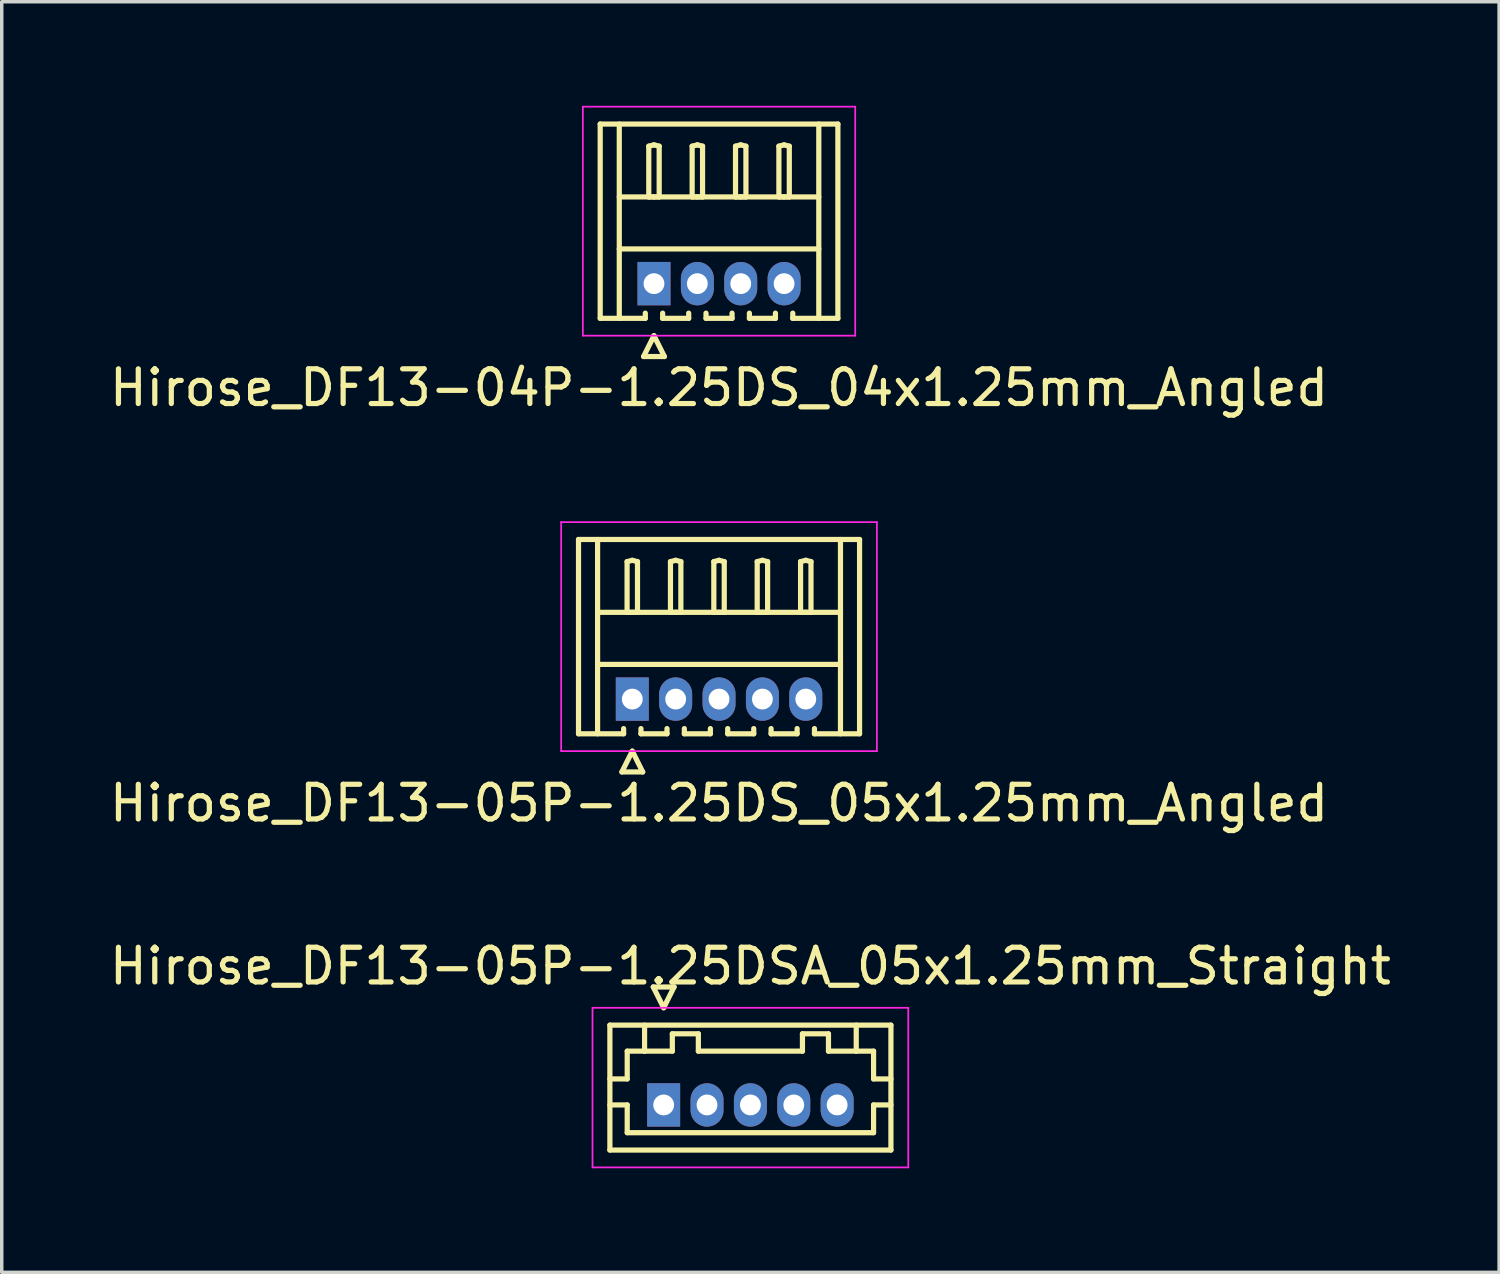
<source format=kicad_pcb>
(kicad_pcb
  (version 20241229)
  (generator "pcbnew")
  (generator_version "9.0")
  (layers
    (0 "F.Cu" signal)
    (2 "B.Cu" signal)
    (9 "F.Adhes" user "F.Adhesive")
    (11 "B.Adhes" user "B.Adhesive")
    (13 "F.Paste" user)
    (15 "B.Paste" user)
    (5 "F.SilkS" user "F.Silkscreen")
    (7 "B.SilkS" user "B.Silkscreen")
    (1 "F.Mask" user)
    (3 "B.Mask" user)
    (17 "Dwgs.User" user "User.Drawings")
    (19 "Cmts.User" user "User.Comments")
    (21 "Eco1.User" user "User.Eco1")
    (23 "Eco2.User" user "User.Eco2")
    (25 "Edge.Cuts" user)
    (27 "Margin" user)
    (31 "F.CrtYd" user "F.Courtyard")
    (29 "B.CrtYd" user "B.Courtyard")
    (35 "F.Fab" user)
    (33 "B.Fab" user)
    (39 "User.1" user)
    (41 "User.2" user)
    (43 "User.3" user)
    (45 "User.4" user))
  (footprint "Hirose_DF13-05P-1.25DSA_05x1.25mm_Straight"
    (layer "F.Cu")
    (at 16.077 28.795)
    (property "Reference" "Hirose_DF13-05P-1.25DSA_05x1.25mm_Straight" (at 2.5 -4 0) (layer "F.SilkS") (effects (font (size 1 1) (thickness 0.15))))
    (attr through_hole)
    (fp_line (start -1.55 -2.3) (end -1.55 1.3) (stroke (width 0.15) (type solid)) (layer "F.SilkS"))
    (fp_line (start -1.55 -0.75) (end -1.05 -0.75) (stroke (width 0.15) (type solid)) (layer "F.SilkS"))
    (fp_line (start -1.55 0) (end -1.05 0) (stroke (width 0.15) (type solid)) (layer "F.SilkS"))
    (fp_line (start -1.55 1.3) (end 6.55 1.3) (stroke (width 0.15) (type solid)) (layer "F.SilkS"))
    (fp_line (start -1.05 -1.55) (end -0.55 -1.55) (stroke (width 0.15) (type solid)) (layer "F.SilkS"))
    (fp_line (start -1.05 -0.75) (end -1.05 -1.55) (stroke (width 0.15) (type solid)) (layer "F.SilkS"))
    (fp_line (start -1.05 0) (end -1.05 0.8) (stroke (width 0.15) (type solid)) (layer "F.SilkS"))
    (fp_line (start -1.05 0.8) (end 6.05 0.8) (stroke (width 0.15) (type solid)) (layer "F.SilkS"))
    (fp_line (start -0.55 -1.55) (end -0.55 -2.3) (stroke (width 0.15) (type solid)) (layer "F.SilkS"))
    (fp_line (start -0.55 -1.55) (end 0.25 -1.55) (stroke (width 0.15) (type solid)) (layer "F.SilkS"))
    (fp_line (start -0.3 -3.4) (end 0.3 -3.4) (stroke (width 0.15) (type solid)) (layer "F.SilkS"))
    (fp_line (start 0 -2.8) (end -0.3 -3.4) (stroke (width 0.15) (type solid)) (layer "F.SilkS"))
    (fp_line (start 0.25 -2.05) (end 1 -2.05) (stroke (width 0.15) (type solid)) (layer "F.SilkS"))
    (fp_line (start 0.25 -1.55) (end 0.25 -2.05) (stroke (width 0.15) (type solid)) (layer "F.SilkS"))
    (fp_line (start 0.3 -3.4) (end 0 -2.8) (stroke (width 0.15) (type solid)) (layer "F.SilkS"))
    (fp_line (start 1 -2.05) (end 1 -1.55) (stroke (width 0.15) (type solid)) (layer "F.SilkS"))
    (fp_line (start 1 -1.55) (end 4 -1.55) (stroke (width 0.15) (type solid)) (layer "F.SilkS"))
    (fp_line (start 4 -2.05) (end 4.75 -2.05) (stroke (width 0.15) (type solid)) (layer "F.SilkS"))
    (fp_line (start 4 -1.55) (end 4 -2.05) (stroke (width 0.15) (type solid)) (layer "F.SilkS"))
    (fp_line (start 4.75 -2.05) (end 4.75 -1.55) (stroke (width 0.15) (type solid)) (layer "F.SilkS"))
    (fp_line (start 4.75 -1.55) (end 5.55 -1.55) (stroke (width 0.15) (type solid)) (layer "F.SilkS"))
    (fp_line (start 5.55 -1.55) (end 5.55 -2.3) (stroke (width 0.15) (type solid)) (layer "F.SilkS"))
    (fp_line (start 6.05 -1.55) (end 5.55 -1.55) (stroke (width 0.15) (type solid)) (layer "F.SilkS"))
    (fp_line (start 6.05 -0.75) (end 6.05 -1.55) (stroke (width 0.15) (type solid)) (layer "F.SilkS"))
    (fp_line (start 6.05 0) (end 6.55 0) (stroke (width 0.15) (type solid)) (layer "F.SilkS"))
    (fp_line (start 6.05 0.8) (end 6.05 0) (stroke (width 0.15) (type solid)) (layer "F.SilkS"))
    (fp_line (start 6.55 -2.3) (end -1.55 -2.3) (stroke (width 0.15) (type solid)) (layer "F.SilkS"))
    (fp_line (start 6.55 -0.75) (end 6.05 -0.75) (stroke (width 0.15) (type solid)) (layer "F.SilkS"))
    (fp_line (start 6.55 1.3) (end 6.55 -2.3) (stroke (width 0.15) (type solid)) (layer "F.SilkS"))
    (fp_line (start -2.05 -2.8) (end -2.05 1.8) (stroke (width 0.05) (type solid)) (layer "F.CrtYd"))
    (fp_line (start -2.05 1.8) (end 7.05 1.8) (stroke (width 0.05) (type solid)) (layer "F.CrtYd"))
    (fp_line (start 7.05 -2.8) (end -2.05 -2.8) (stroke (width 0.05) (type solid)) (layer "F.CrtYd"))
    (fp_line (start 7.05 1.8) (end 7.05 -2.8) (stroke (width 0.05) (type solid)) (layer "F.CrtYd"))
    (pad "1" thru_hole rect (at 0 0) (size 0.95 1.25) (drill 0.6) (layers "*.Cu" "*.Mask"))
    (pad "2" thru_hole oval (at 1.25 0) (size 0.95 1.25) (drill 0.6) (layers "*.Cu" "*.Mask"))
    (pad "3" thru_hole oval (at 2.5 0) (size 0.95 1.25) (drill 0.6) (layers "*.Cu" "*.Mask"))
    (pad "4" thru_hole oval (at 3.75 0) (size 0.95 1.25) (drill 0.6) (layers "*.Cu" "*.Mask"))
    (pad "5" thru_hole oval (at 5 0) (size 0.95 1.25) (drill 0.6) (layers "*.Cu" "*.Mask")))
  (footprint "Hirose_DF13-05P-1.25DS_05x1.25mm_Angled"
    (layer "F.Cu")
    (at 15.173 17.098)
    (property "Reference" "Hirose_DF13-05P-1.25DS_05x1.25mm_Angled" (at 2.5 3 0) (layer "F.SilkS") (effects (font (size 1 1) (thickness 0.15))))
    (attr through_hole)
    (fp_line (start -1.55 -4.6) (end 6.55 -4.6) (stroke (width 0.15) (type solid)) (layer "F.SilkS"))
    (fp_line (start -1.55 1) (end -1.55 -4.6) (stroke (width 0.15) (type solid)) (layer "F.SilkS"))
    (fp_line (start -1 -4.6) (end -1 1) (stroke (width 0.15) (type solid)) (layer "F.SilkS"))
    (fp_line (start -1 -2.5) (end 6 -2.5) (stroke (width 0.15) (type solid)) (layer "F.SilkS"))
    (fp_line (start -1 -1) (end 6 -1) (stroke (width 0.15) (type solid)) (layer "F.SilkS"))
    (fp_line (start -0.3 2.1) (end 0.3 2.1) (stroke (width 0.15) (type solid)) (layer "F.SilkS"))
    (fp_line (start -0.25 0.85) (end -0.25 1) (stroke (width 0.15) (type solid)) (layer "F.SilkS"))
    (fp_line (start -0.25 1) (end -1.55 1) (stroke (width 0.15) (type solid)) (layer "F.SilkS"))
    (fp_line (start -0.15 -3.962) (end 0 -4) (stroke (width 0.15) (type solid)) (layer "F.SilkS"))
    (fp_line (start -0.15 -2.5) (end -0.15 -3.962) (stroke (width 0.15) (type solid)) (layer "F.SilkS"))
    (fp_line (start 0 -4) (end 0.15 -3.962) (stroke (width 0.15) (type solid)) (layer "F.SilkS"))
    (fp_line (start 0 -2.5) (end -0.15 -2.5) (stroke (width 0.15) (type solid)) (layer "F.SilkS"))
    (fp_line (start 0 1.5) (end -0.3 2.1) (stroke (width 0.15) (type solid)) (layer "F.SilkS"))
    (fp_line (start 0.15 -3.962) (end 0.15 -2.5) (stroke (width 0.15) (type solid)) (layer "F.SilkS"))
    (fp_line (start 0.15 -2.5) (end 0 -2.5) (stroke (width 0.15) (type solid)) (layer "F.SilkS"))
    (fp_line (start 0.25 0.85) (end 0.25 1) (stroke (width 0.15) (type solid)) (layer "F.SilkS"))
    (fp_line (start 0.25 1) (end 1 1) (stroke (width 0.15) (type solid)) (layer "F.SilkS"))
    (fp_line (start 0.3 2.1) (end 0 1.5) (stroke (width 0.15) (type solid)) (layer "F.SilkS"))
    (fp_line (start 1 1) (end 1 0.85) (stroke (width 0.15) (type solid)) (layer "F.SilkS"))
    (fp_line (start 1.1 -3.962) (end 1.25 -4) (stroke (width 0.15) (type solid)) (layer "F.SilkS"))
    (fp_line (start 1.1 -2.5) (end 1.1 -3.962) (stroke (width 0.15) (type solid)) (layer "F.SilkS"))
    (fp_line (start 1.25 -4) (end 1.4 -3.962) (stroke (width 0.15) (type solid)) (layer "F.SilkS"))
    (fp_line (start 1.25 -2.5) (end 1.1 -2.5) (stroke (width 0.15) (type solid)) (layer "F.SilkS"))
    (fp_line (start 1.4 -3.962) (end 1.4 -2.5) (stroke (width 0.15) (type solid)) (layer "F.SilkS"))
    (fp_line (start 1.4 -2.5) (end 1.25 -2.5) (stroke (width 0.15) (type solid)) (layer "F.SilkS"))
    (fp_line (start 1.5 0.85) (end 1.5 1) (stroke (width 0.15) (type solid)) (layer "F.SilkS"))
    (fp_line (start 1.5 1) (end 2.25 1) (stroke (width 0.15) (type solid)) (layer "F.SilkS"))
    (fp_line (start 2.25 1) (end 2.25 0.85) (stroke (width 0.15) (type solid)) (layer "F.SilkS"))
    (fp_line (start 2.35 -3.962) (end 2.5 -4) (stroke (width 0.15) (type solid)) (layer "F.SilkS"))
    (fp_line (start 2.35 -2.5) (end 2.35 -3.962) (stroke (width 0.15) (type solid)) (layer "F.SilkS"))
    (fp_line (start 2.5 -4) (end 2.65 -3.962) (stroke (width 0.15) (type solid)) (layer "F.SilkS"))
    (fp_line (start 2.5 -2.5) (end 2.35 -2.5) (stroke (width 0.15) (type solid)) (layer "F.SilkS"))
    (fp_line (start 2.65 -3.962) (end 2.65 -2.5) (stroke (width 0.15) (type solid)) (layer "F.SilkS"))
    (fp_line (start 2.65 -2.5) (end 2.5 -2.5) (stroke (width 0.15) (type solid)) (layer "F.SilkS"))
    (fp_line (start 2.75 0.85) (end 2.75 1) (stroke (width 0.15) (type solid)) (layer "F.SilkS"))
    (fp_line (start 2.75 1) (end 3.5 1) (stroke (width 0.15) (type solid)) (layer "F.SilkS"))
    (fp_line (start 3.5 1) (end 3.5 0.85) (stroke (width 0.15) (type solid)) (layer "F.SilkS"))
    (fp_line (start 3.6 -3.962) (end 3.75 -4) (stroke (width 0.15) (type solid)) (layer "F.SilkS"))
    (fp_line (start 3.6 -2.5) (end 3.6 -3.962) (stroke (width 0.15) (type solid)) (layer "F.SilkS"))
    (fp_line (start 3.75 -4) (end 3.9 -3.962) (stroke (width 0.15) (type solid)) (layer "F.SilkS"))
    (fp_line (start 3.75 -2.5) (end 3.6 -2.5) (stroke (width 0.15) (type solid)) (layer "F.SilkS"))
    (fp_line (start 3.9 -3.962) (end 3.9 -2.5) (stroke (width 0.15) (type solid)) (layer "F.SilkS"))
    (fp_line (start 3.9 -2.5) (end 3.75 -2.5) (stroke (width 0.15) (type solid)) (layer "F.SilkS"))
    (fp_line (start 4 0.85) (end 4 1) (stroke (width 0.15) (type solid)) (layer "F.SilkS"))
    (fp_line (start 4 1) (end 4.75 1) (stroke (width 0.15) (type solid)) (layer "F.SilkS"))
    (fp_line (start 4.75 1) (end 4.75 0.85) (stroke (width 0.15) (type solid)) (layer "F.SilkS"))
    (fp_line (start 4.85 -3.962) (end 5 -4) (stroke (width 0.15) (type solid)) (layer "F.SilkS"))
    (fp_line (start 4.85 -2.5) (end 4.85 -3.962) (stroke (width 0.15) (type solid)) (layer "F.SilkS"))
    (fp_line (start 5 -4) (end 5.15 -3.962) (stroke (width 0.15) (type solid)) (layer "F.SilkS"))
    (fp_line (start 5 -2.5) (end 4.85 -2.5) (stroke (width 0.15) (type solid)) (layer "F.SilkS"))
    (fp_line (start 5.15 -3.962) (end 5.15 -2.5) (stroke (width 0.15) (type solid)) (layer "F.SilkS"))
    (fp_line (start 5.15 -2.5) (end 5 -2.5) (stroke (width 0.15) (type solid)) (layer "F.SilkS"))
    (fp_line (start 5.25 1) (end 5.25 0.85) (stroke (width 0.15) (type solid)) (layer "F.SilkS"))
    (fp_line (start 6 -4.6) (end 6 1) (stroke (width 0.15) (type solid)) (layer "F.SilkS"))
    (fp_line (start 6.55 -4.6) (end 6.55 1) (stroke (width 0.15) (type solid)) (layer "F.SilkS"))
    (fp_line (start 6.55 1) (end 5.25 1) (stroke (width 0.15) (type solid)) (layer "F.SilkS"))
    (fp_line (start -2.05 -5.1) (end -2.05 1.5) (stroke (width 0.05) (type solid)) (layer "F.CrtYd"))
    (fp_line (start -2.05 1.5) (end 7.05 1.5) (stroke (width 0.05) (type solid)) (layer "F.CrtYd"))
    (fp_line (start 7.05 -5.1) (end -2.05 -5.1) (stroke (width 0.05) (type solid)) (layer "F.CrtYd"))
    (fp_line (start 7.05 1.5) (end 7.05 -5.1) (stroke (width 0.05) (type solid)) (layer "F.CrtYd"))
    (pad "1" thru_hole rect (at 0 0) (size 0.95 1.25) (drill 0.6) (layers "*.Cu" "*.Mask"))
    (pad "2" thru_hole oval (at 1.25 0) (size 0.95 1.25) (drill 0.6) (layers "*.Cu" "*.Mask"))
    (pad "3" thru_hole oval (at 2.5 0) (size 0.95 1.25) (drill 0.6) (layers "*.Cu" "*.Mask"))
    (pad "4" thru_hole oval (at 3.75 0) (size 0.95 1.25) (drill 0.6) (layers "*.Cu" "*.Mask"))
    (pad "5" thru_hole oval (at 5 0) (size 0.95 1.25) (drill 0.6) (layers "*.Cu" "*.Mask")))
  (footprint "Hirose_DF13-04P-1.25DS_04x1.25mm_Angled"
    (layer "F.Cu")
    (at 15.798 5.125)
    (property "Reference" "Hirose_DF13-04P-1.25DS_04x1.25mm_Angled" (at 1.875 3 0) (layer "F.SilkS") (effects (font (size 1 1) (thickness 0.15))))
    (attr through_hole)
    (fp_line (start -1.55 -4.6) (end 5.3 -4.6) (stroke (width 0.15) (type solid)) (layer "F.SilkS"))
    (fp_line (start -1.55 1) (end -1.55 -4.6) (stroke (width 0.15) (type solid)) (layer "F.SilkS"))
    (fp_line (start -1 -4.6) (end -1 1) (stroke (width 0.15) (type solid)) (layer "F.SilkS"))
    (fp_line (start -1 -2.5) (end 4.75 -2.5) (stroke (width 0.15) (type solid)) (layer "F.SilkS"))
    (fp_line (start -1 -1) (end 4.75 -1) (stroke (width 0.15) (type solid)) (layer "F.SilkS"))
    (fp_line (start -0.3 2.1) (end 0.3 2.1) (stroke (width 0.15) (type solid)) (layer "F.SilkS"))
    (fp_line (start -0.25 0.85) (end -0.25 1) (stroke (width 0.15) (type solid)) (layer "F.SilkS"))
    (fp_line (start -0.25 1) (end -1.55 1) (stroke (width 0.15) (type solid)) (layer "F.SilkS"))
    (fp_line (start -0.15 -3.962) (end 0 -4) (stroke (width 0.15) (type solid)) (layer "F.SilkS"))
    (fp_line (start -0.15 -2.5) (end -0.15 -3.962) (stroke (width 0.15) (type solid)) (layer "F.SilkS"))
    (fp_line (start 0 -4) (end 0.15 -3.962) (stroke (width 0.15) (type solid)) (layer "F.SilkS"))
    (fp_line (start 0 -2.5) (end -0.15 -2.5) (stroke (width 0.15) (type solid)) (layer "F.SilkS"))
    (fp_line (start 0 1.5) (end -0.3 2.1) (stroke (width 0.15) (type solid)) (layer "F.SilkS"))
    (fp_line (start 0.15 -3.962) (end 0.15 -2.5) (stroke (width 0.15) (type solid)) (layer "F.SilkS"))
    (fp_line (start 0.15 -2.5) (end 0 -2.5) (stroke (width 0.15) (type solid)) (layer "F.SilkS"))
    (fp_line (start 0.25 0.85) (end 0.25 1) (stroke (width 0.15) (type solid)) (layer "F.SilkS"))
    (fp_line (start 0.25 1) (end 1 1) (stroke (width 0.15) (type solid)) (layer "F.SilkS"))
    (fp_line (start 0.3 2.1) (end 0 1.5) (stroke (width 0.15) (type solid)) (layer "F.SilkS"))
    (fp_line (start 1 1) (end 1 0.85) (stroke (width 0.15) (type solid)) (layer "F.SilkS"))
    (fp_line (start 1.1 -3.962) (end 1.25 -4) (stroke (width 0.15) (type solid)) (layer "F.SilkS"))
    (fp_line (start 1.1 -2.5) (end 1.1 -3.962) (stroke (width 0.15) (type solid)) (layer "F.SilkS"))
    (fp_line (start 1.25 -4) (end 1.4 -3.962) (stroke (width 0.15) (type solid)) (layer "F.SilkS"))
    (fp_line (start 1.25 -2.5) (end 1.1 -2.5) (stroke (width 0.15) (type solid)) (layer "F.SilkS"))
    (fp_line (start 1.4 -3.962) (end 1.4 -2.5) (stroke (width 0.15) (type solid)) (layer "F.SilkS"))
    (fp_line (start 1.4 -2.5) (end 1.25 -2.5) (stroke (width 0.15) (type solid)) (layer "F.SilkS"))
    (fp_line (start 1.5 0.85) (end 1.5 1) (stroke (width 0.15) (type solid)) (layer "F.SilkS"))
    (fp_line (start 1.5 1) (end 2.25 1) (stroke (width 0.15) (type solid)) (layer "F.SilkS"))
    (fp_line (start 2.25 1) (end 2.25 0.85) (stroke (width 0.15) (type solid)) (layer "F.SilkS"))
    (fp_line (start 2.35 -3.962) (end 2.5 -4) (stroke (width 0.15) (type solid)) (layer "F.SilkS"))
    (fp_line (start 2.35 -2.5) (end 2.35 -3.962) (stroke (width 0.15) (type solid)) (layer "F.SilkS"))
    (fp_line (start 2.5 -4) (end 2.65 -3.962) (stroke (width 0.15) (type solid)) (layer "F.SilkS"))
    (fp_line (start 2.5 -2.5) (end 2.35 -2.5) (stroke (width 0.15) (type solid)) (layer "F.SilkS"))
    (fp_line (start 2.65 -3.962) (end 2.65 -2.5) (stroke (width 0.15) (type solid)) (layer "F.SilkS"))
    (fp_line (start 2.65 -2.5) (end 2.5 -2.5) (stroke (width 0.15) (type solid)) (layer "F.SilkS"))
    (fp_line (start 2.75 0.85) (end 2.75 1) (stroke (width 0.15) (type solid)) (layer "F.SilkS"))
    (fp_line (start 2.75 1) (end 3.5 1) (stroke (width 0.15) (type solid)) (layer "F.SilkS"))
    (fp_line (start 3.5 1) (end 3.5 0.85) (stroke (width 0.15) (type solid)) (layer "F.SilkS"))
    (fp_line (start 3.6 -3.962) (end 3.75 -4) (stroke (width 0.15) (type solid)) (layer "F.SilkS"))
    (fp_line (start 3.6 -2.5) (end 3.6 -3.962) (stroke (width 0.15) (type solid)) (layer "F.SilkS"))
    (fp_line (start 3.75 -4) (end 3.9 -3.962) (stroke (width 0.15) (type solid)) (layer "F.SilkS"))
    (fp_line (start 3.75 -2.5) (end 3.6 -2.5) (stroke (width 0.15) (type solid)) (layer "F.SilkS"))
    (fp_line (start 3.9 -3.962) (end 3.9 -2.5) (stroke (width 0.15) (type solid)) (layer "F.SilkS"))
    (fp_line (start 3.9 -2.5) (end 3.75 -2.5) (stroke (width 0.15) (type solid)) (layer "F.SilkS"))
    (fp_line (start 4 1) (end 4 0.85) (stroke (width 0.15) (type solid)) (layer "F.SilkS"))
    (fp_line (start 4.75 -4.6) (end 4.75 1) (stroke (width 0.15) (type solid)) (layer "F.SilkS"))
    (fp_line (start 5.3 -4.6) (end 5.3 1) (stroke (width 0.15) (type solid)) (layer "F.SilkS"))
    (fp_line (start 5.3 1) (end 4 1) (stroke (width 0.15) (type solid)) (layer "F.SilkS"))
    (fp_line (start -2.05 -5.1) (end -2.05 1.5) (stroke (width 0.05) (type solid)) (layer "F.CrtYd"))
    (fp_line (start -2.05 1.5) (end 5.8 1.5) (stroke (width 0.05) (type solid)) (layer "F.CrtYd"))
    (fp_line (start 5.8 -5.1) (end -2.05 -5.1) (stroke (width 0.05) (type solid)) (layer "F.CrtYd"))
    (fp_line (start 5.8 1.5) (end 5.8 -5.1) (stroke (width 0.05) (type solid)) (layer "F.CrtYd"))
    (pad "1" thru_hole rect (at 0 0) (size 0.95 1.25) (drill 0.6) (layers "*.Cu" "*.Mask"))
    (pad "2" thru_hole oval (at 1.25 0) (size 0.95 1.25) (drill 0.6) (layers "*.Cu" "*.Mask"))
    (pad "3" thru_hole oval (at 2.5 0) (size 0.95 1.25) (drill 0.6) (layers "*.Cu" "*.Mask"))
    (pad "4" thru_hole oval (at 3.75 0) (size 0.95 1.25) (drill 0.6) (layers "*.Cu" "*.Mask")))
  (gr_rect
    (start -3 -3)
    (end 40.155 33.62)
    (stroke (width 0.1) (type default))
    (fill no)
    (layer "Edge.Cuts")))
</source>
